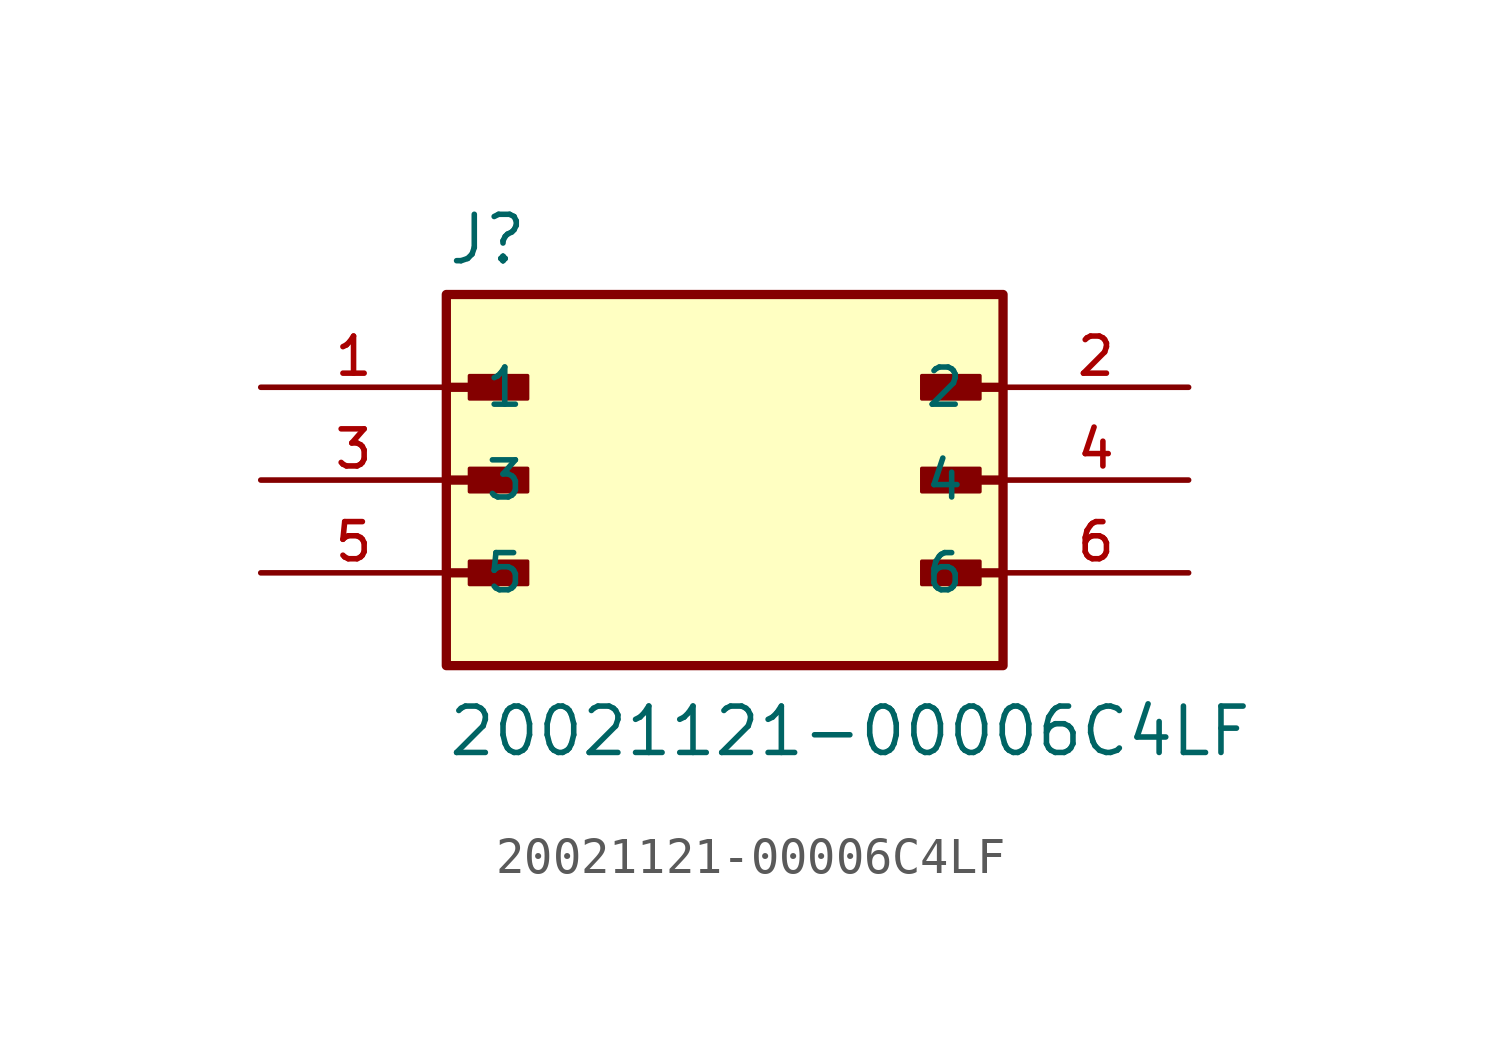
<source format=kicad_sym>
(kicad_symbol_lib
  (version 20211014)
  (generator kicad_symbol_editor)
  (symbol "20021121-00006C4LF"
    (pin_names
      (offset 1.016))
    (property "Reference" "J"
      (at -7.62 5.842 0)
      (effects (font (size 1.27 1.27)) (justify bottom left)))
    (property "Value" "20021121-00006C4LF"
      (at -7.62 -7.62 0)
      (effects (font (size 1.27 1.27)) (justify bottom left)))
    (symbol "20021121-00006C4LF_0_0"
      (polyline (pts (xy -7.62 2.54) (xy -5.715 2.54)) (stroke (width 0.254)))
      (rectangle (start -6.985 2.223) (end -5.397 2.857) (stroke (width 0.1)) (fill (type outline)))
      (polyline (pts (xy 7.62 2.54) (xy 5.715 2.54)) (stroke (width 0.254)))
      (rectangle (start 5.397 2.223) (end 6.985 2.857) (stroke (width 0.1)) (fill (type outline)))
      (polyline (pts (xy -7.62 0.0) (xy -5.715 0.0)) (stroke (width 0.254)))
      (rectangle (start -6.985 -0.318) (end -5.397 0.318) (stroke (width 0.1)) (fill (type outline)))
      (polyline (pts (xy 7.62 0.0) (xy 5.715 0.0)) (stroke (width 0.254)))
      (rectangle (start 5.397 -0.318) (end 6.985 0.318) (stroke (width 0.1)) (fill (type outline)))
      (polyline (pts (xy -7.62 -2.54) (xy -5.715 -2.54)) (stroke (width 0.254)))
      (rectangle (start -6.985 -2.857) (end -5.397 -2.223) (stroke (width 0.1)) (fill (type outline)))
      (polyline (pts (xy 7.62 -2.54) (xy 5.715 -2.54)) (stroke (width 0.254)))
      (rectangle (start 5.397 -2.857) (end 6.985 -2.223) (stroke (width 0.1)) (fill (type outline)))
      (rectangle (start -7.62 -5.08) (end 7.62 5.08) (stroke (width 0.254)) (fill (type background)))
      (pin passive line (at -12.7 2.54 0) (length 5.08) (name "1" (effects (font (size 1.016 1.016)))) (number "1" (effects (font (size 1.016 1.016)))))
      (pin passive line (at 12.7 2.54 180.0) (length 5.08) (name "2" (effects (font (size 1.016 1.016)))) (number "2" (effects (font (size 1.016 1.016)))))
      (pin passive line (at -12.7 0.0 0) (length 5.08) (name "3" (effects (font (size 1.016 1.016)))) (number "3" (effects (font (size 1.016 1.016)))))
      (pin passive line (at 12.7 0.0 180.0) (length 5.08) (name "4" (effects (font (size 1.016 1.016)))) (number "4" (effects (font (size 1.016 1.016)))))
      (pin passive line (at -12.7 -2.54 0) (length 5.08) (name "5" (effects (font (size 1.016 1.016)))) (number "5" (effects (font (size 1.016 1.016)))))
      (pin passive line (at 12.7 -2.54 180.0) (length 5.08) (name "6" (effects (font (size 1.016 1.016)))) (number "6" (effects (font (size 1.016 1.016))))))))
</source>
